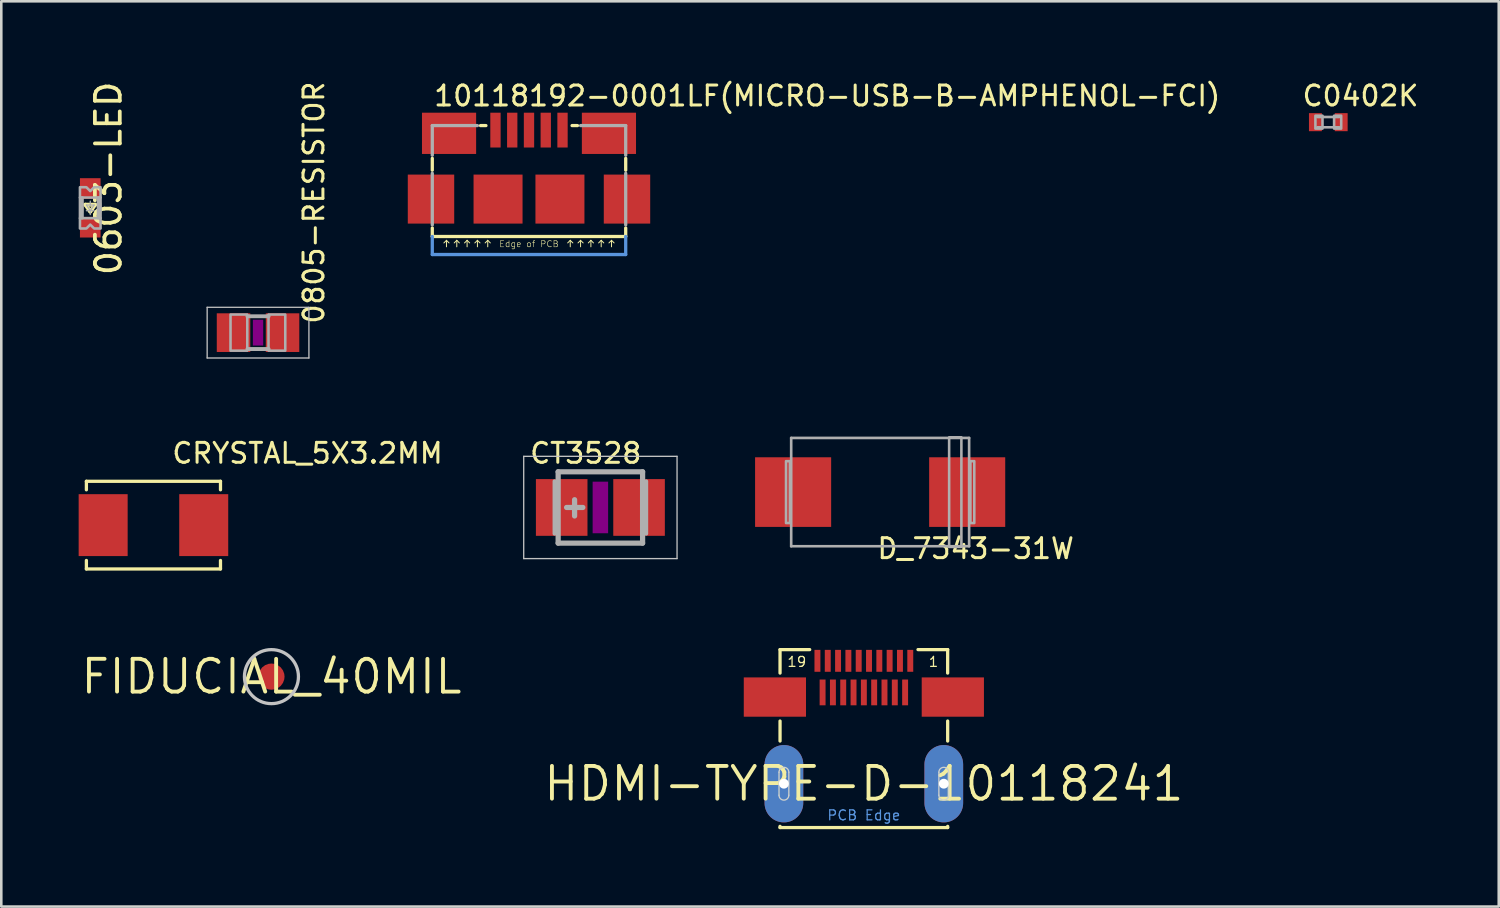
<source format=kicad_pcb>
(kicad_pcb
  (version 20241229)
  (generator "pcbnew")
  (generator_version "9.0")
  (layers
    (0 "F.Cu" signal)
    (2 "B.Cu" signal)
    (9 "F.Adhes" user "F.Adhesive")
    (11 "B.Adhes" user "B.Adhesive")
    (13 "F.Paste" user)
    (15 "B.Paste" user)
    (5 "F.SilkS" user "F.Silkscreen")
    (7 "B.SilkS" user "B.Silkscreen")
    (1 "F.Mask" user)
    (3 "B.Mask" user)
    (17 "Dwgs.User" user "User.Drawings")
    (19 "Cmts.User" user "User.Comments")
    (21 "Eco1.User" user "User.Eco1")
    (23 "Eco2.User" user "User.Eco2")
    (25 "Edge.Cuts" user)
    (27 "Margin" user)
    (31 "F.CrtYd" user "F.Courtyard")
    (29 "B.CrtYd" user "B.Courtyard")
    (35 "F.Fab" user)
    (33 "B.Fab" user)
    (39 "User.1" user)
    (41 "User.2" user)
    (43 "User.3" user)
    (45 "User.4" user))
  (footprint "0603-LED"
    (layer "F.Cu")
    (at 0.45 5.01)
    (property "Reference" "0603-LED" (at 1.27 -1.143 90) (layer "F.SilkS") (effects (font (size 0.965 0.965) (thickness 0.145)) (justify bottom)))
    (attr through_hole)
    (fp_line (start -0.35 0.17) (end -0.35 -0.17) (stroke (width 0.152) (type solid)) (layer "F.SilkS"))
    (fp_line (start -0.19 -0.123) (end 0.19 -0.123) (stroke (width 0.152) (type solid)) (layer "F.SilkS"))
    (fp_line (start 0 0.143) (end -0.19 -0.123) (stroke (width 0.152) (type solid)) (layer "F.SilkS"))
    (fp_line (start 0 0.143) (end 0.19 -0.123) (stroke (width 0.152) (type solid)) (layer "F.SilkS"))
    (fp_line (start 0.35 0.17) (end 0.35 -0.17) (stroke (width 0.152) (type solid)) (layer "F.SilkS"))
    (fp_line (start -0.15 -0.11) (end 0 -0.11) (stroke (width 0.05) (type solid)) (layer "F.Fab"))
    (fp_line (start -0.15 0.11) (end 0 0.11) (stroke (width 0.05) (type solid)) (layer "F.Fab"))
    (fp_line (start 0 -0.11) (end 0 -0.26) (stroke (width 0.05) (type solid)) (layer "F.Fab"))
    (fp_line (start 0 -0.11) (end 0.15 -0.11) (stroke (width 0.05) (type solid)) (layer "F.Fab"))
    (fp_line (start 0 0.11) (end -0.15 -0.11) (stroke (width 0.05) (type solid)) (layer "F.Fab"))
    (fp_line (start 0 0.11) (end 0 0.26) (stroke (width 0.05) (type solid)) (layer "F.Fab"))
    (fp_line (start 0 0.11) (end 0.15 0.11) (stroke (width 0.05) (type solid)) (layer "F.Fab"))
    (fp_line (start 0.15 -0.11) (end 0 0.11) (stroke (width 0.05) (type solid)) (layer "F.Fab"))
    (fp_poly (pts (xy -0.4 -0.4) (xy -0.3 -0.4) (xy -0.3 0.4) (xy -0.4 0.4)) (stroke (width 0.1) (type solid)) (fill no) (layer "F.Fab"))
    (fp_poly (pts (xy 0.3 -0.4) (xy 0.4 -0.4) (xy 0.4 0.4) (xy 0.3 0.4)) (stroke (width 0.1) (type solid)) (fill no) (layer "F.Fab"))
    (fp_poly (pts (xy -0.15 -0.8) (xy -0.4 -0.8) (xy -0.4 -0.4) (xy 0.4 -0.4) (xy 0.4 -0.8) (xy 0.15 -0.8) (xy 0 -0.65)) (stroke (width 0.1) (type solid)) (fill no) (layer "F.Fab"))
    (fp_poly (pts (xy 0.15 0.8) (xy 0.4 0.8) (xy 0.4 0.4) (xy -0.4 0.4) (xy -0.4 0.8) (xy -0.15 0.8) (xy 0 0.65)) (stroke (width 0.1) (type solid)) (fill no) (layer "F.Fab"))
    (pad "A" smd rect (at 0 -0.75) (size 0.8 0.8) (layers "F.Cu" "F.Mask" "F.Paste"))
    (pad "K" smd rect (at 0 0.75) (size 0.8 0.8) (layers "F.Cu" "F.Mask" "F.Paste")))
  (footprint "0805-RESISTOR"
    (layer "F.Cu")
    (at 6.956 9.849)
    (property "Reference" "0805-RESISTOR" (at 2.616 -0.279 90) (layer "F.SilkS") (effects (font (size 0.772 0.772) (thickness 0.116)) (justify left bottom)))
    (attr through_hole)
    (fp_poly (pts (xy -0.2 0.5) (xy 0.2 0.5) (xy 0.2 -0.5) (xy -0.2 -0.5)) (stroke (width 0) (type solid)) (fill yes) (layer "F.Adhes"))
    (fp_line (start -1.973 -0.983) (end 1.973 -0.983) (stroke (width 0.051) (type solid)) (layer "Dwgs.User"))
    (fp_line (start -1.973 0.983) (end -1.973 -0.983) (stroke (width 0.051) (type solid)) (layer "Dwgs.User"))
    (fp_line (start 1.973 -0.983) (end 1.973 0.983) (stroke (width 0.051) (type solid)) (layer "Dwgs.User"))
    (fp_line (start 1.973 0.983) (end -1.973 0.983) (stroke (width 0.051) (type solid)) (layer "Dwgs.User"))
    (fp_line (start -0.41 -0.635) (end 0.41 -0.635) (stroke (width 0.152) (type solid)) (layer "F.Fab"))
    (fp_line (start -0.41 0.635) (end 0.41 0.635) (stroke (width 0.152) (type solid)) (layer "F.Fab"))
    (fp_poly (pts (xy -1.067 0.699) (xy -0.417 0.699) (xy -0.417 -0.702) (xy -1.067 -0.702)) (stroke (width 0.1) (type solid)) (fill no) (layer "F.Fab"))
    (fp_poly (pts (xy 0.406 0.699) (xy 1.056 0.699) (xy 1.056 -0.702) (xy 0.406 -0.702)) (stroke (width 0.1) (type solid)) (fill no) (layer "F.Fab"))
    (pad "1" smd rect (at -0.95 0) (size 1.3 1.5) (layers "F.Cu" "F.Mask" "F.Paste"))
    (pad "2" smd rect (at 0.95 0) (size 1.3 1.5) (layers "F.Cu" "F.Mask" "F.Paste")))
  (footprint "C0402K"
    (layer "F.Cu")
    (at 48.458 1.687)
    (property "Reference" "C0402K" (at -1.07 -0.568 0) (layer "F.SilkS") (effects (font (size 0.772 0.772) (thickness 0.116)) (justify left bottom)))
    (attr through_hole)
    (fp_line (start -0.425 -0.2) (end 0.425 -0.2) (stroke (width 0.102) (type solid)) (layer "F.Fab"))
    (fp_line (start 0.425 0.2) (end -0.425 0.2) (stroke (width 0.102) (type solid)) (layer "F.Fab"))
    (fp_poly (pts (xy -0.5 0.25) (xy -0.225 0.25) (xy -0.225 -0.25) (xy -0.5 -0.25)) (stroke (width 0.1) (type solid)) (fill no) (layer "F.Fab"))
    (fp_poly (pts (xy 0.225 0.25) (xy 0.5 0.25) (xy 0.5 -0.25) (xy 0.225 -0.25)) (stroke (width 0.1) (type solid)) (fill no) (layer "F.Fab"))
    (pad "1" smd rect (at -0.5 0) (size 0.5 0.7) (layers "F.Cu" "F.Mask" "F.Paste"))
    (pad "2" smd rect (at 0.5 0) (size 0.5 0.7) (layers "F.Cu" "F.Mask" "F.Paste")))
  (footprint "CT3528"
    (layer "F.Cu")
    (at 20.231 16.628)
    (property "Reference" "CT3528" (at -2.794 -1.651 180) (layer "F.SilkS") (effects (font (size 0.772 0.772) (thickness 0.116)) (justify left bottom)))
    (attr through_hole)
    (fp_poly (pts (xy -0.3 1) (xy 0.3 1) (xy 0.3 -1) (xy -0.3 -1)) (stroke (width 0) (type solid)) (fill yes) (layer "F.Adhes"))
    (fp_line (start -2.973 -1.983) (end 2.973 -1.983) (stroke (width 0.051) (type solid)) (layer "Dwgs.User"))
    (fp_line (start -2.973 1.983) (end -2.973 -1.983) (stroke (width 0.051) (type solid)) (layer "Dwgs.User"))
    (fp_line (start 2.973 -1.983) (end 2.973 1.983) (stroke (width 0.051) (type solid)) (layer "Dwgs.User"))
    (fp_line (start 2.973 1.983) (end -2.973 1.983) (stroke (width 0.051) (type solid)) (layer "Dwgs.User"))
    (fp_line (start -1.778 -1.016) (end -1.778 1.016) (stroke (width 0.152) (type solid)) (layer "F.Fab"))
    (fp_line (start -1.637 1.383) (end -1.637 -1.383) (stroke (width 0.203) (type solid)) (layer "F.Fab"))
    (fp_line (start -1 -0.3) (end -1 0.33) (stroke (width 0.203) (type solid)) (layer "F.Fab"))
    (fp_line (start -0.68 0) (end -1.31 0) (stroke (width 0.203) (type solid)) (layer "F.Fab"))
    (fp_line (start 1.637 -1.383) (end -1.637 -1.383) (stroke (width 0.203) (type solid)) (layer "F.Fab"))
    (fp_line (start 1.637 1.383) (end -1.637 1.383) (stroke (width 0.203) (type solid)) (layer "F.Fab"))
    (fp_line (start 1.637 1.383) (end 1.637 -1.383) (stroke (width 0.203) (type solid)) (layer "F.Fab"))
    (fp_line (start 1.778 -1.016) (end 1.778 1.016) (stroke (width 0.152) (type solid)) (layer "F.Fab"))
    (pad "+" smd rect (at -1.5 0) (size 2 2.2) (layers "F.Cu" "F.Mask" "F.Paste"))
    (pad "-" smd rect (at 1.5 0) (size 2 2.2) (layers "F.Cu" "F.Mask" "F.Paste")))
  (footprint "D_7343-31W"
    (layer "F.Cu")
    (at 31.08 16.032)
    (property "Reference" "D_7343-31W" (at -0.178 2.642 0) (layer "F.SilkS") (effects (font (size 0.772 0.772) (thickness 0.116)) (justify left bottom)))
    (attr through_hole)
    (fp_line (start -3.45 -2.1) (end 3.45 -2.1) (stroke (width 0.102) (type solid)) (layer "F.Fab"))
    (fp_line (start -3.45 2.1) (end -3.45 -2.1) (stroke (width 0.102) (type solid)) (layer "F.Fab"))
    (fp_line (start 3.45 -2.1) (end 3.45 2.1) (stroke (width 0.102) (type solid)) (layer "F.Fab"))
    (fp_line (start 3.45 2.1) (end -3.45 2.1) (stroke (width 0.102) (type solid)) (layer "F.Fab"))
    (fp_poly (pts (xy -3.65 1.2) (xy -3.5 1.2) (xy -3.5 -1.2) (xy -3.65 -1.2)) (stroke (width 0.1) (type solid)) (fill no) (layer "F.Fab"))
    (fp_poly (pts (xy 2.675 2.125) (xy 3.15 2.125) (xy 3.15 -2.125) (xy 2.675 -2.125)) (stroke (width 0.1) (type solid)) (fill no) (layer "F.Fab"))
    (fp_poly (pts (xy 3.5 1.2) (xy 3.65 1.2) (xy 3.65 -1.2) (xy 3.5 -1.2)) (stroke (width 0.1) (type solid)) (fill no) (layer "F.Fab"))
    (pad "+" smd rect (at 3.375 0) (size 2.95 2.7) (layers "F.Cu" "F.Mask" "F.Paste"))
    (pad "-" smd rect (at -3.375 0) (size 2.95 2.7) (layers "F.Cu" "F.Mask" "F.Paste")))
  (footprint "HDMI-TYPE-D-10118241"
    (layer "F.Cu")
    (at 30.448 27.34)
    (property "Reference" "HDMI-TYPE-D-10118241" (at 0 0 0) (layer "F.SilkS") (effects (font (size 1.27 1.27) (thickness 0.15))))
    (attr through_hole)
    (fp_line (start -3.25 -5.2) (end -2.1 -5.2) (stroke (width 0.127) (type solid)) (layer "F.SilkS"))
    (fp_line (start -3.25 -4.29) (end -3.25 -5.2) (stroke (width 0.127) (type solid)) (layer "F.SilkS"))
    (fp_line (start -3.25 -1.655) (end -3.25 -2.43) (stroke (width 0.127) (type solid)) (layer "F.SilkS"))
    (fp_line (start -3.25 1.7) (end -3.25 1.654) (stroke (width 0.127) (type solid)) (layer "F.SilkS"))
    (fp_line (start -3.25 1.7) (end 3.25 1.7) (stroke (width 0.127) (type solid)) (layer "F.SilkS"))
    (fp_line (start 3.249 -4.29) (end 3.25 -5.2) (stroke (width 0.127) (type solid)) (layer "F.SilkS"))
    (fp_line (start 3.25 -5.2) (end 2.1 -5.2) (stroke (width 0.127) (type solid)) (layer "F.SilkS"))
    (fp_line (start 3.25 -1.655) (end 3.25 -2.43) (stroke (width 0.127) (type solid)) (layer "F.SilkS"))
    (fp_line (start 3.25 1.7) (end 3.25 1.654) (stroke (width 0.127) (type solid)) (layer "F.SilkS"))
    (fp_line (start -3.29 -0.445) (end -3.29 0.446) (stroke (width 0.05) (type solid)) (layer "Edge.Cuts"))
    (fp_line (start -2.909 0.446) (end -2.909 -0.445) (stroke (width 0.05) (type solid)) (layer "Edge.Cuts"))
    (fp_line (start 2.909 -0.445) (end 2.909 0.446) (stroke (width 0.05) (type solid)) (layer "Edge.Cuts"))
    (fp_line (start 3.291 0.446) (end 3.291 -0.445) (stroke (width 0.05) (type solid)) (layer "Edge.Cuts"))
    (fp_arc (start -3.290362 -0.4445) (mid -3.099862 -0.635) (end -2.909362 -0.4445) (stroke (width 0.05) (type solid)) (layer "Edge.Cuts"))
    (fp_arc (start -2.909362 0.4457) (mid -3.099862 0.6362) (end -3.290362 0.4457) (stroke (width 0.05) (type solid)) (layer "Edge.Cuts"))
    (fp_arc (start 2.9095 -0.4445) (mid 3.1 -0.635) (end 3.2905 -0.4445) (stroke (width 0.05) (type solid)) (layer "Edge.Cuts"))
    (fp_arc (start 3.2905 0.4457) (mid 3.1 0.6362) (end 2.9095 0.4457) (stroke (width 0.05) (type solid)) (layer "Edge.Cuts"))
    (fp_text user "19" (at -2.6 -4.5 0) (layer "F.SilkS") (effects (font (size 0.386 0.386) (thickness 0.049)) (justify bottom)))
    (fp_text user "1" (at 2.7 -4.5 0) (layer "F.SilkS") (effects (font (size 0.386 0.386) (thickness 0.049)) (justify bottom)))
    (fp_text user "PCB Edge" (at 0 1.45 0) (layer "Cmts.User") (effects (font (size 0.386 0.386) (thickness 0.049)) (justify bottom)))
    (pad "1" smd rect (at 1.8 -4.765) (size 0.23 0.85) (layers "F.Cu" "F.Mask" "F.Paste"))
    (pad "2" smd rect (at 1.6 -3.54) (size 0.23 1) (layers "F.Cu" "F.Mask" "F.Paste"))
    (pad "3" smd rect (at 1.4 -4.765) (size 0.23 0.85) (layers "F.Cu" "F.Mask" "F.Paste"))
    (pad "4" smd rect (at 1.2 -3.54) (size 0.23 1) (layers "F.Cu" "F.Mask" "F.Paste"))
    (pad "5" smd rect (at 1 -4.765) (size 0.23 0.85) (layers "F.Cu" "F.Mask" "F.Paste"))
    (pad "6" smd rect (at 0.8 -3.54) (size 0.23 1) (layers "F.Cu" "F.Mask" "F.Paste"))
    (pad "7" smd rect (at 0.6 -4.765) (size 0.23 0.85) (layers "F.Cu" "F.Mask" "F.Paste"))
    (pad "8" smd rect (at 0.4 -3.54) (size 0.23 1) (layers "F.Cu" "F.Mask" "F.Paste"))
    (pad "9" smd rect (at 0.2 -4.765) (size 0.23 0.85) (layers "F.Cu" "F.Mask" "F.Paste"))
    (pad "10" smd rect (at 0 -3.54) (size 0.23 1) (layers "F.Cu" "F.Mask" "F.Paste"))
    (pad "11" smd rect (at -0.2 -4.765) (size 0.23 0.85) (layers "F.Cu" "F.Mask" "F.Paste"))
    (pad "12" smd rect (at -0.4 -3.54) (size 0.23 1) (layers "F.Cu" "F.Mask" "F.Paste"))
    (pad "13" smd rect (at -0.6 -4.765) (size 0.23 0.85) (layers "F.Cu" "F.Mask" "F.Paste"))
    (pad "14" smd rect (at -0.8 -3.54) (size 0.23 1) (layers "F.Cu" "F.Mask" "F.Paste"))
    (pad "15" smd rect (at -1 -4.765) (size 0.23 0.85) (layers "F.Cu" "F.Mask" "F.Paste"))
    (pad "16" smd rect (at -1.2 -3.54) (size 0.23 1) (layers "F.Cu" "F.Mask" "F.Paste"))
    (pad "17" smd rect (at -1.4 -4.765) (size 0.23 0.85) (layers "F.Cu" "F.Mask" "F.Paste"))
    (pad "18" smd rect (at -1.6 -3.54) (size 0.23 1) (layers "F.Cu" "F.Mask" "F.Paste"))
    (pad "19" smd rect (at -1.8 -4.765) (size 0.23 0.85) (layers "F.Cu" "F.Mask" "F.Paste"))
    (pad "CG1" thru_hole oval (at 3.1 0 90) (size 3 1.5) (drill 0.381) (layers "*.Cu" "*.Mask"))
    (pad "CG2" thru_hole oval (at -3.1 0 90) (size 3 1.5) (drill 0.381) (layers "*.Cu" "*.Mask"))
    (pad "CG3" smd rect (at 3.45 -3.36) (size 2.413 1.524) (layers "F.Cu" "F.Mask" "F.Paste"))
    (pad "CG4" smd rect (at -3.45 -3.36) (size 2.413 1.524) (layers "F.Cu" "F.Mask" "F.Paste")))
  (footprint "FIDUCIAL_40MIL"
    (layer "F.Cu")
    (at 7.476 23.188)
    (property "Reference" "FIDUCIAL_40MIL" (at 0 0 0) (layer "F.SilkS") (effects (font (size 1.27 1.27) (thickness 0.15))))
    (attr through_hole)
    (fp_circle (center 0 0) (end 0.762 0) (stroke (width 0.61) (type solid)) (fill no) (layer "F.Mask"))
    (fp_circle (center 0 0) (end 1.047 0) (stroke (width 0.127) (type solid)) (fill no) (layer "Dwgs.User"))
    (pad "P$1" smd roundrect (at 0 0) (size 1.016 1.016) (layers "F.Cu" "F.Mask" "F.Paste") (roundrect_rratio 0.5)))
  (footprint "CRYSTAL_5X3.2MM"
    (layer "F.Cu")
    (at 2.9 17.313)
    (property "Reference" "CRYSTAL_5X3.2MM" (at 0.66 -2.337 0) (layer "F.SilkS") (effects (font (size 0.772 0.772) (thickness 0.116)) (justify left bottom)))
    (attr through_hole)
    (fp_line (start -2.6 -1.7) (end -2.6 -1.37) (stroke (width 0.127) (type solid)) (layer "F.SilkS"))
    (fp_line (start -2.6 1.37) (end -2.6 1.7) (stroke (width 0.127) (type solid)) (layer "F.SilkS"))
    (fp_line (start -2.6 1.7) (end 2.6 1.7) (stroke (width 0.127) (type solid)) (layer "F.SilkS"))
    (fp_line (start 2.6 -1.7) (end -2.6 -1.7) (stroke (width 0.127) (type solid)) (layer "F.SilkS"))
    (fp_line (start 2.6 -1.37) (end 2.6 -1.7) (stroke (width 0.127) (type solid)) (layer "F.SilkS"))
    (fp_line (start 2.6 1.7) (end 2.6 1.37) (stroke (width 0.127) (type solid)) (layer "F.SilkS"))
    (pad "1" smd rect (at -1.95 0) (size 1.9 2.4) (layers "F.Cu" "F.Mask" "F.Paste"))
    (pad "2" smd rect (at 1.95 0) (size 1.9 2.4) (layers "F.Cu" "F.Mask" "F.Paste")))
  (footprint "10118192-0001LF(MICRO-USB-B-AMPHENOL-FCI)"
    (layer "F.Cu")
    (at 17.463 4.67)
    (property "Reference" "10118192-0001LF(MICRO-USB-B-AMPHENOL-FCI)" (at -3.75 -3.55 0) (layer "F.SilkS") (effects (font (size 0.772 0.772) (thickness 0.116)) (justify left bottom)))
    (attr through_hole)
    (fp_line (start -3.75 -1.12) (end -3.75 -1.58) (stroke (width 0.127) (type solid)) (layer "F.SilkS"))
    (fp_line (start -3.75 1.45) (end -3.75 1.12) (stroke (width 0.127) (type solid)) (layer "F.SilkS"))
    (fp_line (start -3.75 1.45) (end 3.75 1.45) (stroke (width 0.127) (type solid)) (layer "F.SilkS"))
    (fp_line (start -3.2 1.6) (end -3.3 1.7) (stroke (width 0.038) (type solid)) (layer "F.SilkS"))
    (fp_line (start -3.2 1.6) (end -3.1 1.7) (stroke (width 0.038) (type solid)) (layer "F.SilkS"))
    (fp_line (start -3.2 1.85) (end -3.2 1.6) (stroke (width 0.038) (type solid)) (layer "F.SilkS"))
    (fp_line (start -2.8 1.6) (end -2.9 1.7) (stroke (width 0.038) (type solid)) (layer "F.SilkS"))
    (fp_line (start -2.8 1.6) (end -2.7 1.7) (stroke (width 0.038) (type solid)) (layer "F.SilkS"))
    (fp_line (start -2.8 1.85) (end -2.8 1.6) (stroke (width 0.038) (type solid)) (layer "F.SilkS"))
    (fp_line (start -2.4 1.6) (end -2.5 1.7) (stroke (width 0.038) (type solid)) (layer "F.SilkS"))
    (fp_line (start -2.4 1.6) (end -2.3 1.7) (stroke (width 0.038) (type solid)) (layer "F.SilkS"))
    (fp_line (start -2.4 1.85) (end -2.4 1.6) (stroke (width 0.038) (type solid)) (layer "F.SilkS"))
    (fp_line (start -2 1.6) (end -2.1 1.7) (stroke (width 0.038) (type solid)) (layer "F.SilkS"))
    (fp_line (start -2 1.6) (end -1.9 1.7) (stroke (width 0.038) (type solid)) (layer "F.SilkS"))
    (fp_line (start -2 1.85) (end -2 1.6) (stroke (width 0.038) (type solid)) (layer "F.SilkS"))
    (fp_line (start -1.88 -2.85) (end -1.67 -2.85) (stroke (width 0.127) (type solid)) (layer "F.SilkS"))
    (fp_line (start -1.6 1.6) (end -1.7 1.7) (stroke (width 0.038) (type solid)) (layer "F.SilkS"))
    (fp_line (start -1.6 1.6) (end -1.5 1.7) (stroke (width 0.038) (type solid)) (layer "F.SilkS"))
    (fp_line (start -1.6 1.85) (end -1.6 1.6) (stroke (width 0.038) (type solid)) (layer "F.SilkS"))
    (fp_line (start 1.6 1.6) (end 1.5 1.7) (stroke (width 0.038) (type solid)) (layer "F.SilkS"))
    (fp_line (start 1.6 1.6) (end 1.7 1.7) (stroke (width 0.038) (type solid)) (layer "F.SilkS"))
    (fp_line (start 1.6 1.85) (end 1.6 1.6) (stroke (width 0.038) (type solid)) (layer "F.SilkS"))
    (fp_line (start 1.67 -2.85) (end 1.88 -2.85) (stroke (width 0.127) (type solid)) (layer "F.SilkS"))
    (fp_line (start 2 1.6) (end 1.9 1.7) (stroke (width 0.038) (type solid)) (layer "F.SilkS"))
    (fp_line (start 2 1.6) (end 2.1 1.7) (stroke (width 0.038) (type solid)) (layer "F.SilkS"))
    (fp_line (start 2 1.85) (end 2 1.6) (stroke (width 0.038) (type solid)) (layer "F.SilkS"))
    (fp_line (start 2.4 1.6) (end 2.3 1.7) (stroke (width 0.038) (type solid)) (layer "F.SilkS"))
    (fp_line (start 2.4 1.6) (end 2.5 1.7) (stroke (width 0.038) (type solid)) (layer "F.SilkS"))
    (fp_line (start 2.4 1.85) (end 2.4 1.6) (stroke (width 0.038) (type solid)) (layer "F.SilkS"))
    (fp_line (start 2.8 1.6) (end 2.7 1.7) (stroke (width 0.038) (type solid)) (layer "F.SilkS"))
    (fp_line (start 2.8 1.6) (end 2.9 1.7) (stroke (width 0.038) (type solid)) (layer "F.SilkS"))
    (fp_line (start 2.8 1.85) (end 2.8 1.6) (stroke (width 0.038) (type solid)) (layer "F.SilkS"))
    (fp_line (start 3.2 1.6) (end 3.1 1.7) (stroke (width 0.038) (type solid)) (layer "F.SilkS"))
    (fp_line (start 3.2 1.6) (end 3.3 1.7) (stroke (width 0.038) (type solid)) (layer "F.SilkS"))
    (fp_line (start 3.2 1.85) (end 3.2 1.6) (stroke (width 0.038) (type solid)) (layer "F.SilkS"))
    (fp_line (start 3.75 -1.12) (end 3.75 -1.58) (stroke (width 0.127) (type solid)) (layer "F.SilkS"))
    (fp_line (start 3.75 1.45) (end 3.75 1.12) (stroke (width 0.127) (type solid)) (layer "F.SilkS"))
    (fp_line (start -3.75 1.45) (end -3.75 2.15) (stroke (width 0.127) (type solid)) (layer "Cmts.User"))
    (fp_line (start -3.75 2.15) (end 3.75 2.15) (stroke (width 0.127) (type solid)) (layer "Cmts.User"))
    (fp_line (start 3.75 2.15) (end 3.75 1.45) (stroke (width 0.127) (type solid)) (layer "Cmts.User"))
    (fp_line (start -3.75 -2.85) (end -3.75 -1.7) (stroke (width 0.127) (type solid)) (layer "F.Fab"))
    (fp_line (start -3.75 -1) (end -3.75 1) (stroke (width 0.127) (type solid)) (layer "F.Fab"))
    (fp_line (start -2 -2.85) (end -3.75 -2.85) (stroke (width 0.127) (type solid)) (layer "F.Fab"))
    (fp_line (start 2 -2.85) (end 3.75 -2.85) (stroke (width 0.127) (type solid)) (layer "F.Fab"))
    (fp_line (start 3.75 -2.85) (end 3.75 -1.7) (stroke (width 0.127) (type solid)) (layer "F.Fab"))
    (fp_line (start 3.75 -1) (end 3.75 1) (stroke (width 0.127) (type solid)) (layer "F.Fab"))
    (fp_text user "Edge of PCB" (at 0 1.6 0) (layer "F.SilkS") (effects (font (size 0.241 0.241) (thickness 0.02)) (justify top)))
    (pad "CGND1" smd rect (at -3.8 0) (size 1.8 1.9) (layers "F.Cu" "F.Mask" "F.Paste"))
    (pad "CGND2" smd rect (at -1.2 0) (size 1.9 1.9) (layers "F.Cu" "F.Mask" "F.Paste"))
    (pad "CGND3" smd rect (at 1.2 0) (size 1.9 1.9) (layers "F.Cu" "F.Mask" "F.Paste"))
    (pad "CGND4" smd rect (at 3.8 0) (size 1.8 1.9) (layers "F.Cu" "F.Mask" "F.Paste"))
    (pad "CGND5" smd rect (at 3.1 -2.55) (size 2.1 1.6) (layers "F.Cu" "F.Mask" "F.Paste"))
    (pad "CGND6" smd rect (at -3.1 -2.55) (size 2.1 1.6) (layers "F.Cu" "F.Mask" "F.Paste"))
    (pad "D+" smd rect (at 0 -2.675) (size 0.4 1.35) (layers "F.Cu" "F.Mask" "F.Paste"))
    (pad "D-" smd rect (at -0.65 -2.675) (size 0.4 1.35) (layers "F.Cu" "F.Mask" "F.Paste"))
    (pad "GND" smd rect (at 1.3 -2.675) (size 0.4 1.35) (layers "F.Cu" "F.Mask" "F.Paste"))
    (pad "ID" smd rect (at 0.65 -2.675) (size 0.4 1.35) (layers "F.Cu" "F.Mask" "F.Paste"))
    (pad "VBUS" smd rect (at -1.3 -2.675) (size 0.4 1.35) (layers "F.Cu" "F.Mask" "F.Paste")))
  (gr_rect
    (start -3 -3)
    (end 55.067 32.104)
    (stroke (width 0.1) (type default))
    (fill no)
    (layer "Edge.Cuts")))
</source>
